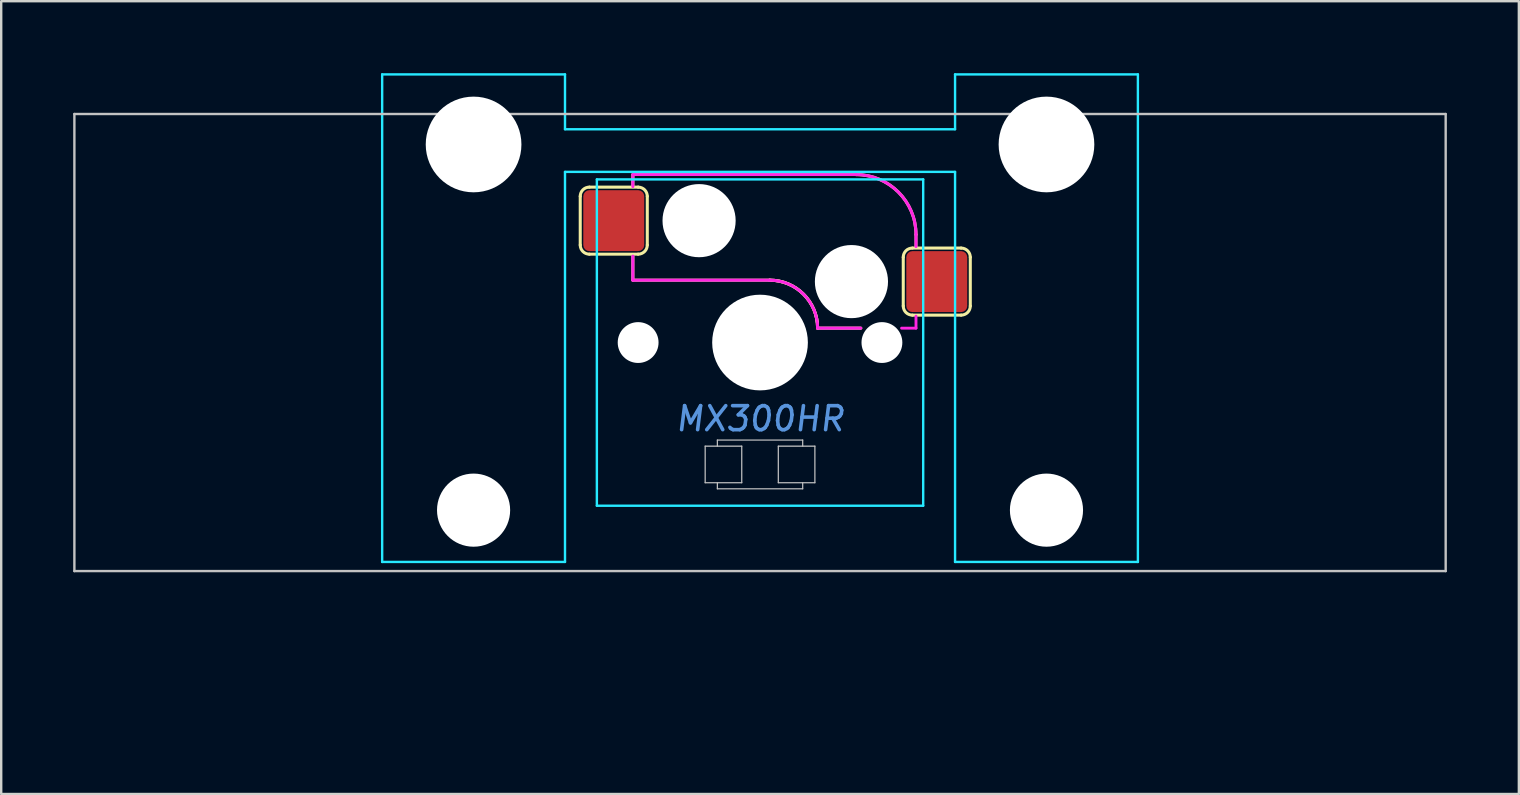
<source format=kicad_pcb>
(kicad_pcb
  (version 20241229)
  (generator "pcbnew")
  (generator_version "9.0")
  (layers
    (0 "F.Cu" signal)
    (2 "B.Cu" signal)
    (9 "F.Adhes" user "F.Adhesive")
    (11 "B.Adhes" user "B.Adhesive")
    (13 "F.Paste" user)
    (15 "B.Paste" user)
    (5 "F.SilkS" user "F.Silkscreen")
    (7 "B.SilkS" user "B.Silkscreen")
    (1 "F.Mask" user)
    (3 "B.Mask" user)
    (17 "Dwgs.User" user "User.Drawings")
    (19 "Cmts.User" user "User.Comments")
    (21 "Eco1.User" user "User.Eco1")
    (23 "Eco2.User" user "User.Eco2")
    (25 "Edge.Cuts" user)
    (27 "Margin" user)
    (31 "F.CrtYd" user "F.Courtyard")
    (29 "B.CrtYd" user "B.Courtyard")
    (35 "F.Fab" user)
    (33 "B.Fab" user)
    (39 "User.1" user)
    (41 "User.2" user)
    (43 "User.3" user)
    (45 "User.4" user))
  (footprint "MX300HR"
    (layer "F.Cu")
    (at 28.625 11.226)
    (property "Reference" "MX300HR" (at 0 3.175 0) (layer "Cmts.User") (effects (font (size 1 1) (thickness 0.15) (italic yes))))
    (attr smd)
    (fp_line (start -7.493 -6.096) (end -7.493 -4.064) (stroke (width 0.127) (type solid)) (layer "F.SilkS"))
    (fp_line (start -7.112 -3.683) (end -5.08 -3.683) (stroke (width 0.127) (type solid)) (layer "F.SilkS"))
    (fp_line (start -5.3 -7) (end -5.3 -6.5) (stroke (width 0.127) (type solid)) (layer "F.SilkS"))
    (fp_line (start -5.3 -3.6) (end -5.3 -2.6) (stroke (width 0.127) (type solid)) (layer "F.SilkS"))
    (fp_line (start -5.08 -6.477) (end -7.112 -6.477) (stroke (width 0.127) (type solid)) (layer "F.SilkS"))
    (fp_line (start -4.699 -4.064) (end -4.699 -6.096) (stroke (width 0.127) (type solid)) (layer "F.SilkS"))
    (fp_line (start 0.4 -2.6) (end -5.3 -2.6) (stroke (width 0.127) (type solid)) (layer "F.SilkS"))
    (fp_line (start 4 -7) (end -5.3 -7) (stroke (width 0.12) (type solid)) (layer "F.SilkS"))
    (fp_line (start 4.2 -0.6) (end 2.4 -0.6) (stroke (width 0.127) (type solid)) (layer "F.SilkS"))
    (fp_line (start 5.969 -3.556) (end 5.969 -1.524) (stroke (width 0.127) (type solid)) (layer "F.SilkS"))
    (fp_line (start 6.35 -1.143) (end 8.382 -1.143) (stroke (width 0.127) (type solid)) (layer "F.SilkS"))
    (fp_line (start 6.5 -4.5) (end 6.5 -4) (stroke (width 0.12) (type solid)) (layer "F.SilkS"))
    (fp_line (start 8.382 -3.937) (end 6.35 -3.937) (stroke (width 0.127) (type solid)) (layer "F.SilkS"))
    (fp_line (start 8.763 -1.524) (end 8.763 -3.556) (stroke (width 0.127) (type solid)) (layer "F.SilkS"))
    (fp_arc (start -7.493 -6.096) (mid -7.381408 -6.365408) (end -7.112 -6.477) (stroke (width 0.127) (type solid)) (layer "F.SilkS"))
    (fp_arc (start -7.112 -3.683) (mid -7.381408 -3.794592) (end -7.493 -4.064) (stroke (width 0.127) (type solid)) (layer "F.SilkS"))
    (fp_arc (start -5.08 -6.477) (mid -4.810592 -6.365408) (end -4.699 -6.096) (stroke (width 0.127) (type solid)) (layer "F.SilkS"))
    (fp_arc (start -4.699 -4.064) (mid -4.810592 -3.794592) (end -5.08 -3.683) (stroke (width 0.127) (type solid)) (layer "F.SilkS"))
    (fp_arc (start 0.4 -2.6) (mid 1.814214 -2.014214) (end 2.4 -0.6) (stroke (width 0.127) (type solid)) (layer "F.SilkS"))
    (fp_arc (start 0.4 -2.6) (mid 1.814214 -2.014214) (end 2.4 -0.6) (stroke (width 0.127) (type solid)) (layer "F.SilkS"))
    (fp_arc (start 4 -7) (mid 5.767767 -6.267767) (end 6.5 -4.5) (stroke (width 0.127) (type solid)) (layer "F.SilkS"))
    (fp_arc (start 5.969 -3.556) (mid 6.080592 -3.825408) (end 6.35 -3.937) (stroke (width 0.127) (type solid)) (layer "F.SilkS"))
    (fp_arc (start 6.35 -1.143) (mid 6.080592 -1.254592) (end 5.969 -1.524) (stroke (width 0.127) (type solid)) (layer "F.SilkS"))
    (fp_arc (start 8.382 -3.937) (mid 8.651408 -3.825408) (end 8.763 -3.556) (stroke (width 0.127) (type solid)) (layer "F.SilkS"))
    (fp_arc (start 8.763 -1.524) (mid 8.651408 -1.254592) (end 8.382 -1.143) (stroke (width 0.127) (type solid)) (layer "F.SilkS"))
    (fp_line (start -28.575 -9.525) (end -28.575 9.525) (stroke (width 0.1) (type solid)) (layer "Dwgs.User"))
    (fp_line (start -28.575 -9.525) (end 28.575 -9.525) (stroke (width 0.1) (type solid)) (layer "Dwgs.User"))
    (fp_line (start -28.575 9.525) (end 28.575 9.525) (stroke (width 0.1) (type solid)) (layer "Dwgs.User"))
    (fp_line (start -2.286 4.318) (end -0.762 4.318) (stroke (width 0.051) (type solid)) (layer "Dwgs.User"))
    (fp_line (start -2.286 5.842) (end -2.286 4.318) (stroke (width 0.051) (type solid)) (layer "Dwgs.User"))
    (fp_line (start -1.778 4.064) (end 1.778 4.064) (stroke (width 0.051) (type solid)) (layer "Dwgs.User"))
    (fp_line (start -1.778 4.318) (end -1.778 4.064) (stroke (width 0.051) (type solid)) (layer "Dwgs.User"))
    (fp_line (start -1.778 6.096) (end -1.778 5.842) (stroke (width 0.051) (type solid)) (layer "Dwgs.User"))
    (fp_line (start -0.762 4.318) (end -0.762 5.842) (stroke (width 0.051) (type solid)) (layer "Dwgs.User"))
    (fp_line (start -0.762 5.842) (end -2.286 5.842) (stroke (width 0.051) (type solid)) (layer "Dwgs.User"))
    (fp_line (start 0.762 4.318) (end 2.286 4.318) (stroke (width 0.051) (type solid)) (layer "Dwgs.User"))
    (fp_line (start 0.762 5.842) (end 0.762 4.318) (stroke (width 0.051) (type solid)) (layer "Dwgs.User"))
    (fp_line (start 1.778 4.064) (end 1.778 4.318) (stroke (width 0.051) (type solid)) (layer "Dwgs.User"))
    (fp_line (start 1.778 5.842) (end 1.778 6.096) (stroke (width 0.051) (type solid)) (layer "Dwgs.User"))
    (fp_line (start 1.778 6.096) (end -1.778 6.096) (stroke (width 0.051) (type solid)) (layer "Dwgs.User"))
    (fp_line (start 2.286 4.318) (end 2.286 5.842) (stroke (width 0.051) (type solid)) (layer "Dwgs.User"))
    (fp_line (start 2.286 5.842) (end 0.762 5.842) (stroke (width 0.051) (type solid)) (layer "Dwgs.User"))
    (fp_line (start 28.575 -9.525) (end 28.575 9.525) (stroke (width 0.1) (type solid)) (layer "Dwgs.User"))
    (fp_line (start -23.241 0.509) (end -22.225 0.509) (stroke (width 0.1) (type solid)) (layer "Eco1.User"))
    (fp_line (start -23.241 3.303) (end -23.241 0.509) (stroke (width 0.1) (type solid)) (layer "Eco1.User"))
    (fp_line (start -22.225 0.509) (end -22.225 -6.603) (stroke (width 0.1) (type solid)) (layer "Eco1.User"))
    (fp_line (start -22.225 3.303) (end -23.241 3.303) (stroke (width 0.1) (type solid)) (layer "Eco1.User"))
    (fp_line (start -22.225 -6.603) (end -20.421 -6.603) (stroke (width 0.1) (type solid)) (layer "Eco1.User"))
    (fp_line (start -22.225 5.69) (end -22.225 3.303) (stroke (width 0.1) (type solid)) (layer "Eco1.User"))
    (fp_line (start -20.421 -7.772) (end -17.373 -7.772) (stroke (width 0.1) (type solid)) (layer "Eco1.User"))
    (fp_line (start -20.421 -6.603) (end -20.421 -7.772) (stroke (width 0.1) (type solid)) (layer "Eco1.User"))
    (fp_line (start -17.373 -7.772) (end -17.373 -6.603) (stroke (width 0.1) (type solid)) (layer "Eco1.User"))
    (fp_line (start -17.373 -6.603) (end -15.57 -6.603) (stroke (width 0.1) (type solid)) (layer "Eco1.User"))
    (fp_line (start -15.57 -2.286) (end -6.985 -2.286) (stroke (width 0.1) (type solid)) (layer "Eco1.User"))
    (fp_line (start -15.57 5.69) (end -22.225 5.69) (stroke (width 0.1) (type solid)) (layer "Eco1.User"))
    (fp_line (start -15.57 -6.603) (end -15.57 -2.286) (stroke (width 0.1) (type solid)) (layer "Eco1.User"))
    (fp_line (start -15.57 2.286) (end -15.57 5.69) (stroke (width 0.1) (type solid)) (layer "Eco1.User"))
    (fp_line (start -7 7) (end -6.985 2.286) (stroke (width 0.1) (type solid)) (layer "Eco1.User"))
    (fp_line (start -6.985 -2.286) (end -6.985 -6.985) (stroke (width 0.1) (type solid)) (layer "Eco1.User"))
    (fp_line (start -6.985 -6.985) (end 7 -7) (stroke (width 0.1) (type solid)) (layer "Eco1.User"))
    (fp_line (start -6.985 2.286) (end -15.57 2.286) (stroke (width 0.1) (type solid)) (layer "Eco1.User"))
    (fp_line (start -0.941 0.000055) (end 0.941 -0.000001) (stroke (width 0.1) (type solid)) (layer "Eco1.User"))
    (fp_line (start 0 0.941) (end -0.000056 -0.941) (stroke (width 0.1) (type solid)) (layer "Eco1.User"))
    (fp_line (start 0 15.765) (end 0 15.765) (stroke (width 0.1) (type solid)) (layer "Eco1.User"))
    (fp_line (start 0 15.765) (end 0 15.765) (stroke (width 0.1) (type solid)) (layer "Eco1.User"))
    (fp_line (start 0 15.765) (end 0 15.765) (stroke (width 0.1) (type solid)) (layer "Eco1.User"))
    (fp_line (start 6.985 -2.286) (end 15.57 -2.286) (stroke (width 0.1) (type solid)) (layer "Eco1.User"))
    (fp_line (start 6.985 2.286) (end 7 7) (stroke (width 0.1) (type solid)) (layer "Eco1.User"))
    (fp_line (start 7 -7) (end 6.985 -2.286) (stroke (width 0.1) (type solid)) (layer "Eco1.User"))
    (fp_line (start 7 7) (end -7 7) (stroke (width 0.1) (type solid)) (layer "Eco1.User"))
    (fp_line (start 15.57 -6.603) (end 17.373 -6.603) (stroke (width 0.1) (type solid)) (layer "Eco1.User"))
    (fp_line (start 15.57 -2.286) (end 15.57 -6.603) (stroke (width 0.1) (type solid)) (layer "Eco1.User"))
    (fp_line (start 15.57 2.286) (end 6.985 2.286) (stroke (width 0.1) (type solid)) (layer "Eco1.User"))
    (fp_line (start 15.57 5.69) (end 15.57 2.286) (stroke (width 0.1) (type solid)) (layer "Eco1.User"))
    (fp_line (start 17.373 -7.772) (end 20.421 -7.772) (stroke (width 0.1) (type solid)) (layer "Eco1.User"))
    (fp_line (start 17.373 -6.603) (end 17.373 -7.772) (stroke (width 0.1) (type solid)) (layer "Eco1.User"))
    (fp_line (start 20.421 -7.772) (end 20.421 -6.603) (stroke (width 0.1) (type solid)) (layer "Eco1.User"))
    (fp_line (start 20.421 -6.603) (end 22.225 -6.603) (stroke (width 0.1) (type solid)) (layer "Eco1.User"))
    (fp_line (start 22.225 -6.603) (end 22.225 0.509) (stroke (width 0.1) (type solid)) (layer "Eco1.User"))
    (fp_line (start 22.225 5.69) (end 15.57 5.69) (stroke (width 0.1) (type solid)) (layer "Eco1.User"))
    (fp_line (start 22.225 0.509) (end 23.241 0.509) (stroke (width 0.1) (type solid)) (layer "Eco1.User"))
    (fp_line (start 22.225 3.303) (end 22.225 5.69) (stroke (width 0.1) (type solid)) (layer "Eco1.User"))
    (fp_line (start 23.241 0.509) (end 23.241 3.303) (stroke (width 0.1) (type solid)) (layer "Eco1.User"))
    (fp_line (start 23.241 3.303) (end 22.225 3.303) (stroke (width 0.1) (type solid)) (layer "Eco1.User"))
    (fp_line (start -15.748 -11.176) (end -15.748 9.144) (stroke (width 0.1) (type solid)) (layer "B.CrtYd"))
    (fp_line (start -15.748 -11.176) (end -8.128 -11.176) (stroke (width 0.1) (type solid)) (layer "B.CrtYd"))
    (fp_line (start -8.128 -8.89) (end -8.128 -11.176) (stroke (width 0.1) (type solid)) (layer "B.CrtYd"))
    (fp_line (start -8.128 -7.112) (end -8.128 9.142) (stroke (width 0.1) (type solid)) (layer "B.CrtYd"))
    (fp_line (start -8.128 9.144) (end -15.748 9.144) (stroke (width 0.1) (type solid)) (layer "B.CrtYd"))
    (fp_line (start -6.8 -6.8) (end -6.8 6.8) (stroke (width 0.1) (type solid)) (layer "B.CrtYd"))
    (fp_line (start 6.8 -6.8) (end -6.8 -6.8) (stroke (width 0.1) (type solid)) (layer "B.CrtYd"))
    (fp_line (start 6.8 -6.8) (end 6.8 6.8) (stroke (width 0.1) (type solid)) (layer "B.CrtYd"))
    (fp_line (start 6.8 6.8) (end -6.8 6.8) (stroke (width 0.1) (type solid)) (layer "B.CrtYd"))
    (fp_line (start 8.128 -8.89) (end -8.128 -8.89) (stroke (width 0.1) (type solid)) (layer "B.CrtYd"))
    (fp_line (start 8.128 -8.89) (end 8.128 -11.176) (stroke (width 0.1) (type solid)) (layer "B.CrtYd"))
    (fp_line (start 8.128 -7.112) (end -8.128 -7.112) (stroke (width 0.1) (type solid)) (layer "B.CrtYd"))
    (fp_line (start 8.128 -7.112) (end 8.128 9.144) (stroke (width 0.1) (type solid)) (layer "B.CrtYd"))
    (fp_line (start 8.128 9.144) (end 15.748 9.144) (stroke (width 0.1) (type solid)) (layer "B.CrtYd"))
    (fp_line (start 15.748 -11.176) (end 8.128 -11.176) (stroke (width 0.1) (type solid)) (layer "B.CrtYd"))
    (fp_line (start 15.748 9.144) (end 15.748 -11.176) (stroke (width 0.1) (type solid)) (layer "B.CrtYd"))
    (fp_line (start -5.3 -7) (end -5.3 -6.5) (stroke (width 0.127) (type solid)) (layer "F.CrtYd"))
    (fp_line (start -5.3 -3.6) (end -5.3 -2.6) (stroke (width 0.127) (type solid)) (layer "F.CrtYd"))
    (fp_line (start -5.2 -7) (end -5.3 -7) (stroke (width 0.12) (type solid)) (layer "F.CrtYd"))
    (fp_line (start 0.4 -2.6) (end -5.3 -2.6) (stroke (width 0.127) (type solid)) (layer "F.CrtYd"))
    (fp_line (start 4 -7) (end -5.2 -7) (stroke (width 0.12) (type solid)) (layer "F.CrtYd"))
    (fp_line (start 4.2 -0.6) (end 2.4 -0.6) (stroke (width 0.127) (type solid)) (layer "F.CrtYd"))
    (fp_line (start 6.5 -4.5) (end 6.5 -4) (stroke (width 0.127) (type solid)) (layer "F.CrtYd"))
    (fp_line (start 6.5 -1.1) (end 6.5 -0.6) (stroke (width 0.12) (type solid)) (layer "F.CrtYd"))
    (fp_line (start 6.5 -0.6) (end 5.9 -0.6) (stroke (width 0.12) (type solid)) (layer "F.CrtYd"))
    (fp_arc (start 0.4 -2.6) (mid 1.814214 -2.014214) (end 2.4 -0.6) (stroke (width 0.127) (type solid)) (layer "F.CrtYd"))
    (fp_arc (start 4 -7) (mid 5.767767 -6.267767) (end 6.5 -4.5) (stroke (width 0.127) (type solid)) (layer "F.CrtYd"))
    (pad "" np_thru_hole circle (at -11.938 -8.255 180) (size 3.988 3.988) (drill 3.988) (layers "*.Cu" "*.Mask"))
    (pad "" np_thru_hole circle (at -11.938 6.985 180) (size 3.048 3.048) (drill 3.048) (layers "*.Cu" "*.Mask"))
    (pad "" np_thru_hole circle (at -5.08 0) (size 1.702 1.702) (drill 1.702) (layers "*.Cu" "*.Mask"))
    (pad "" np_thru_hole circle (at -2.54 -5.08) (size 3.048 3.048) (drill 3.048) (layers "*.Cu" "*.Mask"))
    (pad "" np_thru_hole circle (at 0 0) (size 3.988 3.988) (drill 3.988) (layers "*.Cu" "*.Mask"))
    (pad "" np_thru_hole circle (at 3.81 -2.54) (size 3.048 3.048) (drill 3.048) (layers "*.Cu" "*.Mask"))
    (pad "" np_thru_hole circle (at 5.08 0) (size 1.702 1.702) (drill 1.702) (layers "*.Cu" "*.Mask"))
    (pad "" np_thru_hole circle (at 11.938 -8.255 180) (size 3.988 3.988) (drill 3.988) (layers "*.Cu" "*.Mask"))
    (pad "" np_thru_hole circle (at 11.938 6.985 180) (size 3.048 3.048) (drill 3.048) (layers "*.Cu" "*.Mask"))
    (pad "1" smd roundrect (at -6.096 -5.08) (size 2.54 2.54) (layers "F.Cu" "F.Mask" "F.Paste") (roundrect_rratio 0.1))
    (pad "2" smd roundrect (at 7.366 -2.54) (size 2.54 2.54) (layers "F.Cu" "F.Mask" "F.Paste") (roundrect_rratio 0.1)))
  (gr_rect
    (start -3 -3)
    (end 60.25 30.041)
    (stroke (width 0.1) (type default))
    (fill no)
    (layer "Edge.Cuts")))
</source>
